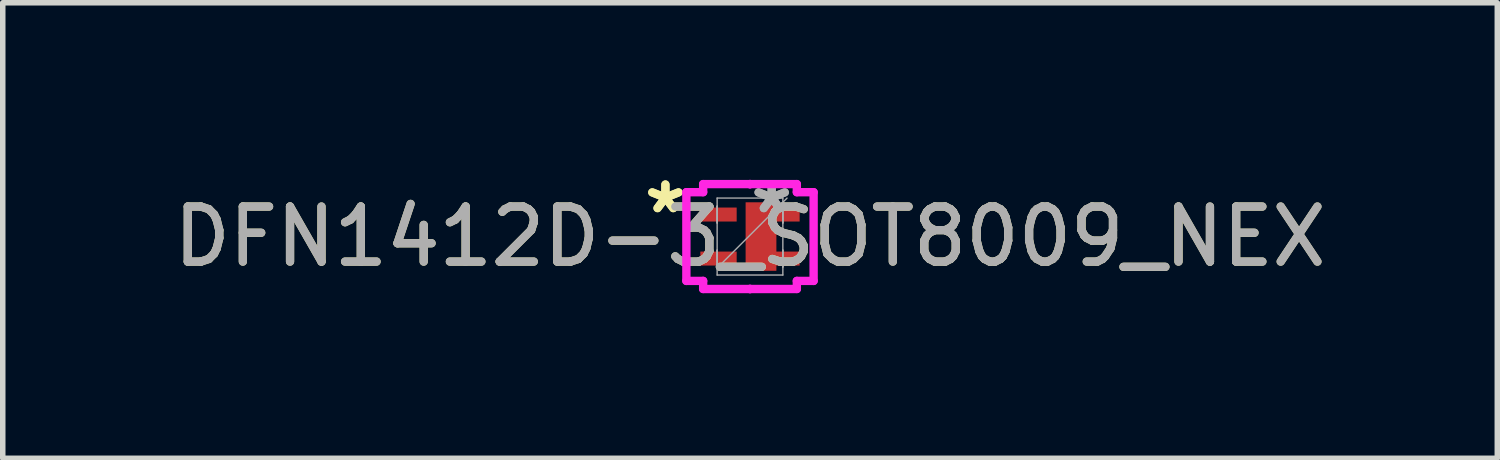
<source format=kicad_pcb>
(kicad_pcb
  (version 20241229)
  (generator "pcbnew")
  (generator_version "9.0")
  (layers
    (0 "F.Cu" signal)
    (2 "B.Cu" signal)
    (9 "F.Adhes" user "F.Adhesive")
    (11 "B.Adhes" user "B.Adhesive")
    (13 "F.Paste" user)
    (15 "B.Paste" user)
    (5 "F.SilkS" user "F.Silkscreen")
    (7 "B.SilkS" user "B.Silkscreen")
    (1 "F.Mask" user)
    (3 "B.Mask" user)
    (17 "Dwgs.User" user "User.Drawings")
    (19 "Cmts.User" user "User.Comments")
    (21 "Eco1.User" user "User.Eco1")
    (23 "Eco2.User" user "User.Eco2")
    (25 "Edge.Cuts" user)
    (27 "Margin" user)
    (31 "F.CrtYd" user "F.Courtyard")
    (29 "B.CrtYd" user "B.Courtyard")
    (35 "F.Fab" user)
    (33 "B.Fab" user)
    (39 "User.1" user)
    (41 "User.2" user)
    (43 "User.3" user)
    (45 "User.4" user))
  (footprint "DFN1412D-3_SOT8009_NEX"
    (layer "F.Cu")
    (at 10.577 1.248)
    (property "Reference" "DFN1412D-3_SOT8009_NEX" (at 0 0 0) (unlocked yes) (layer "F.SilkS") (effects (font (size 1 1) (thickness 0.15))))
    (attr smd)
    (fp_poly (pts (xy 0.902 -0.273) (xy 0.902 -0.527) (xy 0.241 -0.527) (xy 0.241 -0.273)) (stroke (width 0) (type solid)) (fill yes) (layer "F.Cu"))
    (fp_poly (pts (xy 0.902 0.527) (xy 0.902 0.273) (xy 0.241 0.273) (xy 0.241 0.527)) (stroke (width 0) (type solid)) (fill yes) (layer "F.Cu"))
    (fp_poly (pts (xy 0.902 -0.273) (xy 0.902 -0.527) (xy 0.241 -0.527) (xy 0.241 -0.273)) (stroke (width 0) (type solid)) (fill yes) (layer "F.Mask"))
    (fp_poly (pts (xy 0.902 0.527) (xy 0.902 0.273) (xy 0.241 0.273) (xy 0.241 0.527)) (stroke (width 0) (type solid)) (fill yes) (layer "F.Mask"))
    (fp_poly (pts (xy 0.902 -0.273) (xy 0.902 -0.527) (xy 0.241 -0.527) (xy 0.241 -0.273)) (stroke (width 0) (type solid)) (fill yes) (layer "F.Paste"))
    (fp_poly (pts (xy 0.902 0.527) (xy 0.902 0.273) (xy 0.241 0.273) (xy 0.241 0.527)) (stroke (width 0) (type solid)) (fill yes) (layer "F.Paste"))
    (fp_line (start -1.156 -0.806) (end -0.851 -0.806) (stroke (width 0.152) (type solid)) (layer "F.CrtYd"))
    (fp_line (start -1.156 0.806) (end -1.156 -0.806) (stroke (width 0.152) (type solid)) (layer "F.CrtYd"))
    (fp_line (start -0.851 -0.953) (end -0.006 -0.953) (stroke (width 0.152) (type solid)) (layer "F.CrtYd"))
    (fp_line (start -0.851 -0.806) (end -0.851 -0.953) (stroke (width 0.152) (type solid)) (layer "F.CrtYd"))
    (fp_line (start -0.851 0.806) (end -1.156 0.806) (stroke (width 0.152) (type solid)) (layer "F.CrtYd"))
    (fp_line (start -0.851 0.953) (end -0.851 0.806) (stroke (width 0.152) (type solid)) (layer "F.CrtYd"))
    (fp_line (start -0.006 -0.953) (end -0.006 -0.953) (stroke (width 0.152) (type solid)) (layer "F.CrtYd"))
    (fp_line (start -0.006 -0.953) (end 0.006 -0.953) (stroke (width 0.152) (type solid)) (layer "F.CrtYd"))
    (fp_line (start -0.006 0.953) (end -0.851 0.953) (stroke (width 0.152) (type solid)) (layer "F.CrtYd"))
    (fp_line (start -0.006 0.953) (end -0.006 0.953) (stroke (width 0.152) (type solid)) (layer "F.CrtYd"))
    (fp_line (start 0.006 -0.953) (end 0.006 -0.953) (stroke (width 0.152) (type solid)) (layer "F.CrtYd"))
    (fp_line (start 0.006 -0.953) (end 0.851 -0.953) (stroke (width 0.152) (type solid)) (layer "F.CrtYd"))
    (fp_line (start 0.006 0.953) (end -0.006 0.953) (stroke (width 0.152) (type solid)) (layer "F.CrtYd"))
    (fp_line (start 0.006 0.953) (end 0.006 0.953) (stroke (width 0.152) (type solid)) (layer "F.CrtYd"))
    (fp_line (start 0.851 -0.953) (end 0.851 -0.806) (stroke (width 0.152) (type solid)) (layer "F.CrtYd"))
    (fp_line (start 0.851 -0.806) (end 1.156 -0.806) (stroke (width 0.152) (type solid)) (layer "F.CrtYd"))
    (fp_line (start 0.851 0.806) (end 0.851 0.953) (stroke (width 0.152) (type solid)) (layer "F.CrtYd"))
    (fp_line (start 0.851 0.953) (end 0.006 0.953) (stroke (width 0.152) (type solid)) (layer "F.CrtYd"))
    (fp_line (start 1.156 -0.806) (end 1.156 0.806) (stroke (width 0.152) (type solid)) (layer "F.CrtYd"))
    (fp_line (start 1.156 0.806) (end 0.851 0.806) (stroke (width 0.152) (type solid)) (layer "F.CrtYd"))
    (fp_line (start -0.597 -0.699) (end -0.597 0.699) (stroke (width 0.025) (type solid)) (layer "F.Fab"))
    (fp_line (start -0.597 -0.552) (end -0.597 -0.552) (stroke (width 0.025) (type solid)) (layer "F.Fab"))
    (fp_line (start -0.597 -0.552) (end -0.597 -0.248) (stroke (width 0.025) (type solid)) (layer "F.Fab"))
    (fp_line (start -0.597 -0.248) (end -0.597 -0.552) (stroke (width 0.025) (type solid)) (layer "F.Fab"))
    (fp_line (start -0.597 -0.248) (end -0.597 -0.248) (stroke (width 0.025) (type solid)) (layer "F.Fab"))
    (fp_line (start -0.597 0.248) (end -0.597 0.248) (stroke (width 0.025) (type solid)) (layer "F.Fab"))
    (fp_line (start -0.597 0.248) (end -0.597 0.552) (stroke (width 0.025) (type solid)) (layer "F.Fab"))
    (fp_line (start -0.597 0.552) (end -0.597 0.248) (stroke (width 0.025) (type solid)) (layer "F.Fab"))
    (fp_line (start -0.597 0.552) (end -0.597 0.552) (stroke (width 0.025) (type solid)) (layer "F.Fab"))
    (fp_line (start -0.597 0.572) (end 0.673 -0.699) (stroke (width 0.025) (type solid)) (layer "F.Fab"))
    (fp_line (start -0.597 0.699) (end 0.597 0.699) (stroke (width 0.025) (type solid)) (layer "F.Fab"))
    (fp_line (start 0.597 -0.699) (end -0.597 -0.699) (stroke (width 0.025) (type solid)) (layer "F.Fab"))
    (fp_line (start 0.597 -0.552) (end 0.597 -0.552) (stroke (width 0.025) (type solid)) (layer "F.Fab"))
    (fp_line (start 0.597 -0.552) (end 0.597 -0.248) (stroke (width 0.025) (type solid)) (layer "F.Fab"))
    (fp_line (start 0.597 -0.248) (end 0.597 -0.552) (stroke (width 0.025) (type solid)) (layer "F.Fab"))
    (fp_line (start 0.597 -0.248) (end 0.597 -0.248) (stroke (width 0.025) (type solid)) (layer "F.Fab"))
    (fp_line (start 0.597 0.248) (end 0.597 0.248) (stroke (width 0.025) (type solid)) (layer "F.Fab"))
    (fp_line (start 0.597 0.248) (end 0.597 0.552) (stroke (width 0.025) (type solid)) (layer "F.Fab"))
    (fp_line (start 0.597 0.552) (end 0.597 0.248) (stroke (width 0.025) (type solid)) (layer "F.Fab"))
    (fp_line (start 0.597 0.552) (end 0.597 0.552) (stroke (width 0.025) (type solid)) (layer "F.Fab"))
    (fp_line (start 0.597 0.699) (end 0.597 -0.699) (stroke (width 0.025) (type solid)) (layer "F.Fab"))
    (fp_text user "*" (at -1.537 -0.4 0) (unlocked yes) (layer "F.SilkS") (effects (font (size 1 1) (thickness 0.15))))
    (fp_text user "*" (at -1.537 -0.4 0) (layer "F.SilkS") (effects (font (size 1 1) (thickness 0.15))))
    (fp_text user "${REFERENCE}" (at 0 0 0) (unlocked yes) (layer "F.Fab") (effects (font (size 1 1) (thickness 0.15))))
    (fp_text user "*" (at 0.394 -0.4 0) (unlocked yes) (layer "F.Fab") (effects (font (size 1 1) (thickness 0.15))))
    (fp_text user "*" (at 0.394 -0.4 0) (layer "F.Fab") (effects (font (size 1 1) (thickness 0.15))))
    (pad "1" smd rect (at -0.572 -0.4 90) (size 0.254 0.66) (layers "F.Cu" "F.Mask" "F.Paste"))
    (pad "2" smd rect (at -0.572 0.4 90) (size 0.254 0.66) (layers "F.Cu" "F.Mask" "F.Paste"))
    (pad "3" smd rect (at 0.2 0) (size 0.559 1.245) (layers "F.Cu" "F.Mask" "F.Paste")))
  (gr_rect
    (start -3 -3)
    (end 24.155 5.277)
    (stroke (width 0.1) (type default))
    (fill no)
    (layer "Edge.Cuts")))
</source>
